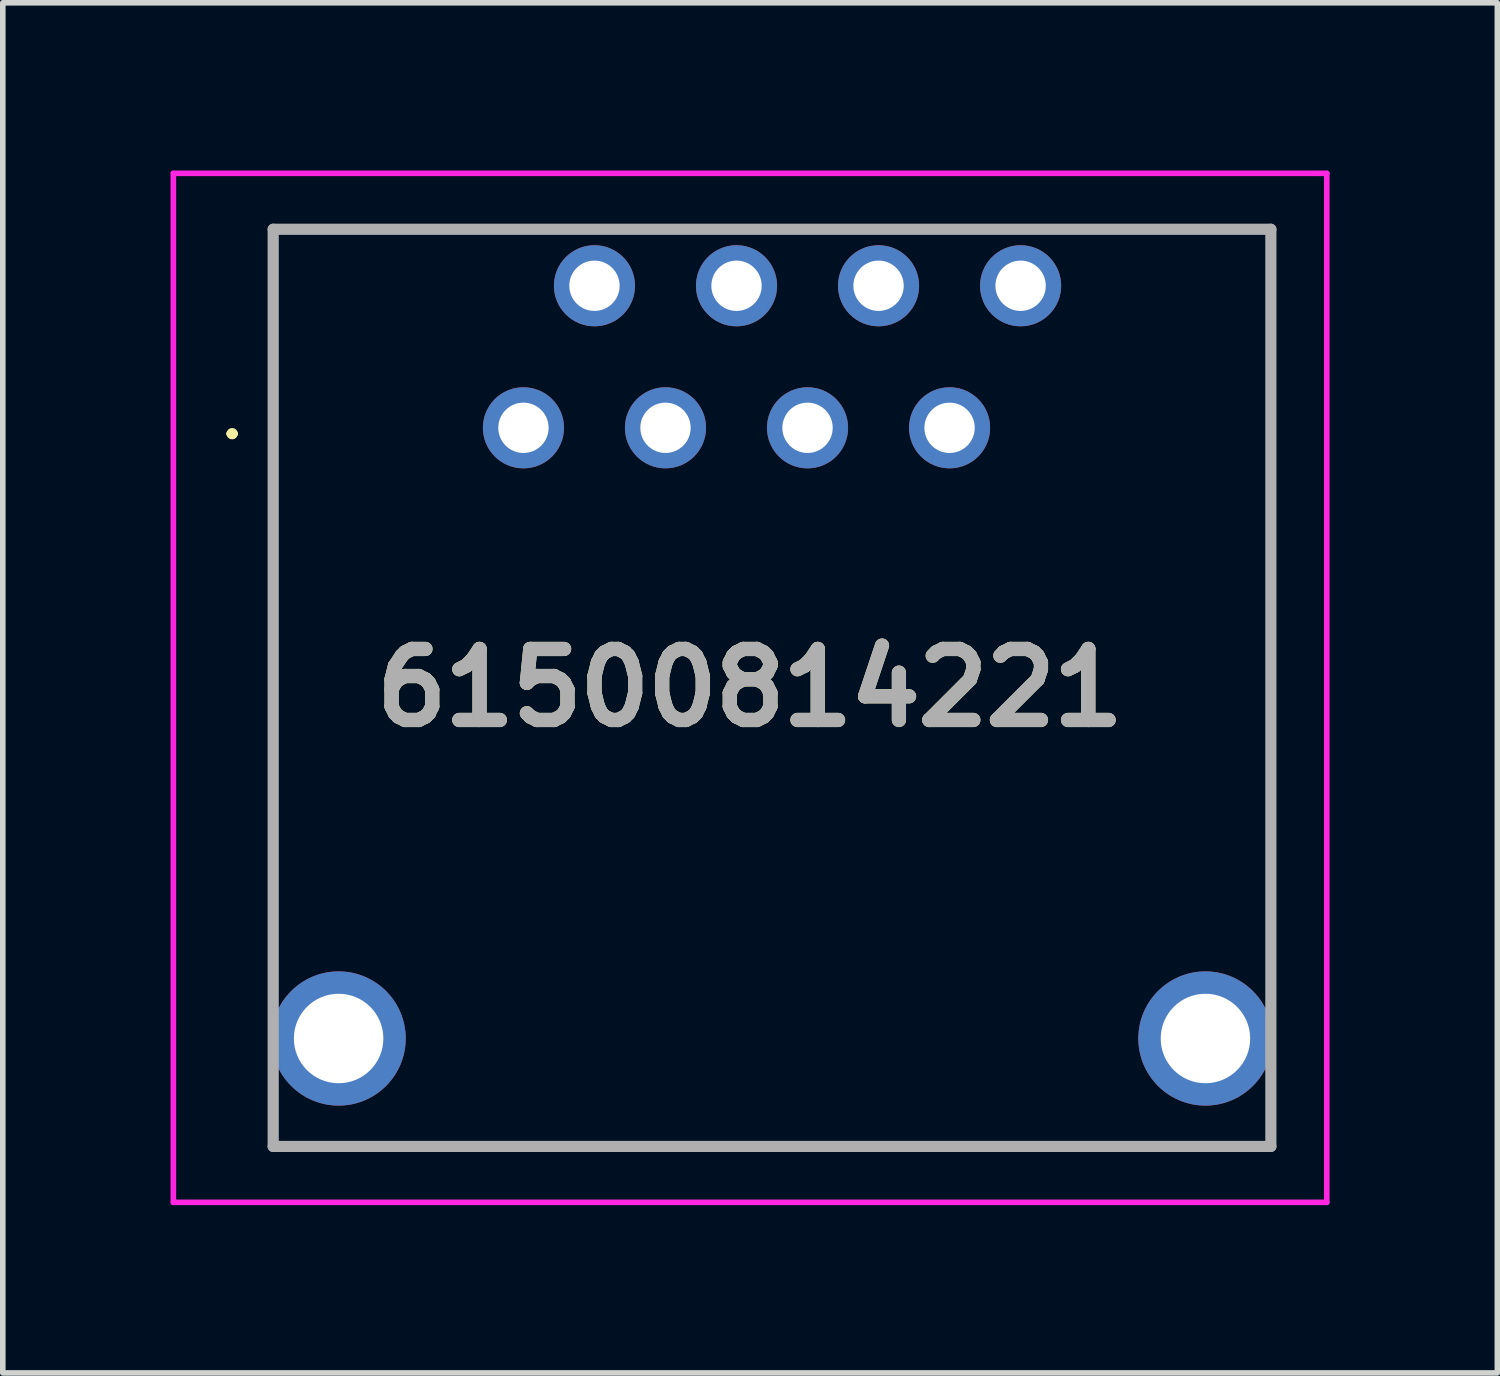
<source format=kicad_pcb>
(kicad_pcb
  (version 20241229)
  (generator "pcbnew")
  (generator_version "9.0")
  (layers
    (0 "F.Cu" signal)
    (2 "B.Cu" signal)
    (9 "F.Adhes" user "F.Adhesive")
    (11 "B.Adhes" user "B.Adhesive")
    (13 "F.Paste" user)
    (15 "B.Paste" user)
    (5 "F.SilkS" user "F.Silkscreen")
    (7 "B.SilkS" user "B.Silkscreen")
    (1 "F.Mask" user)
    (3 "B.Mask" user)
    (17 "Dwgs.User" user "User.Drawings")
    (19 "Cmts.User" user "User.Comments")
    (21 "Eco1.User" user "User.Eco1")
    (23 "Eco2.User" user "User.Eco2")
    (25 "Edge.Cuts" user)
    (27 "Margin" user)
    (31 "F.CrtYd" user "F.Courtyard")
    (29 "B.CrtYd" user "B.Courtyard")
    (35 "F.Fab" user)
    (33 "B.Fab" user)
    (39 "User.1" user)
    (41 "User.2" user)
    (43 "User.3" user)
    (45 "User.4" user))
  (footprint "61500814221"
    (layer "F.Cu")
    (at 6.31 4.6)
    (property "Reference" "61500814221" (at 4.053 4.65 0) (layer "F.SilkS") (effects (font (size 1.27 1.27) (thickness 0.254))))
    (attr through_hole)
    (fp_line (start -5.26 0.105) (end -5.26 0.105) (stroke (width 0.102) (type solid)) (layer "F.SilkS"))
    (fp_line (start -5.158 0.105) (end -5.158 0.105) (stroke (width 0.102) (type solid)) (layer "F.SilkS"))
    (fp_line (start -4.475 -3.55) (end 13.365 -3.55) (stroke (width 0.1) (type solid)) (layer "F.SilkS"))
    (fp_line (start -4.475 10.35) (end -4.475 -3.55) (stroke (width 0.1) (type solid)) (layer "F.SilkS"))
    (fp_line (start -4.475 11.85) (end -4.475 12.85) (stroke (width 0.1) (type solid)) (layer "F.SilkS"))
    (fp_line (start -4.475 12.85) (end 13.365 12.85) (stroke (width 0.1) (type solid)) (layer "F.SilkS"))
    (fp_line (start 13.365 -3.55) (end 13.365 10.35) (stroke (width 0.1) (type solid)) (layer "F.SilkS"))
    (fp_line (start 13.365 12.85) (end 13.365 11.85) (stroke (width 0.1) (type solid)) (layer "F.SilkS"))
    (fp_arc (start -5.26 0.105) (mid -5.209 0.054) (end -5.158 0.105) (stroke (width 0.102) (type solid)) (layer "F.SilkS"))
    (fp_arc (start -5.158 0.105) (mid -5.209 0.156) (end -5.26 0.105) (stroke (width 0.102) (type solid)) (layer "F.SilkS"))
    (fp_line (start -6.26 -4.55) (end 14.365 -4.55) (stroke (width 0.1) (type solid)) (layer "F.CrtYd"))
    (fp_line (start -6.26 13.85) (end -6.26 -4.55) (stroke (width 0.1) (type solid)) (layer "F.CrtYd"))
    (fp_line (start 14.365 -4.55) (end 14.365 13.85) (stroke (width 0.1) (type solid)) (layer "F.CrtYd"))
    (fp_line (start 14.365 13.85) (end -6.26 13.85) (stroke (width 0.1) (type solid)) (layer "F.CrtYd"))
    (fp_line (start -4.475 -3.55) (end 13.365 -3.55) (stroke (width 0.2) (type solid)) (layer "F.Fab"))
    (fp_line (start -4.475 12.85) (end -4.475 -3.55) (stroke (width 0.2) (type solid)) (layer "F.Fab"))
    (fp_line (start 13.365 -3.55) (end 13.365 12.85) (stroke (width 0.2) (type solid)) (layer "F.Fab"))
    (fp_line (start 13.365 12.85) (end -4.475 12.85) (stroke (width 0.2) (type solid)) (layer "F.Fab"))
    (fp_text user "${REFERENCE}" (at 4.053 4.65 0) (layer "F.Fab") (effects (font (size 1.27 1.27) (thickness 0.254))))
    (pad "" np_thru_hole circle (at -1.27 6.35) (size 0.001 0.001) (drill 3.17) (layers "*.Cu" "*.Mask"))
    (pad "" np_thru_hole circle (at 10.16 6.35) (size 0.001 0.001) (drill 3.17) (layers "*.Cu" "*.Mask"))
    (pad "1" thru_hole circle (at 0 0) (size 1.45 1.45) (drill 0.9) (layers "*.Cu" "*.Mask"))
    (pad "2" thru_hole circle (at 1.27 -2.54) (size 1.45 1.45) (drill 0.9) (layers "*.Cu" "*.Mask"))
    (pad "3" thru_hole circle (at 2.54 0) (size 1.45 1.45) (drill 0.9) (layers "*.Cu" "*.Mask"))
    (pad "4" thru_hole circle (at 3.81 -2.54) (size 1.45 1.45) (drill 0.9) (layers "*.Cu" "*.Mask"))
    (pad "5" thru_hole circle (at 5.08 0) (size 1.45 1.45) (drill 0.9) (layers "*.Cu" "*.Mask"))
    (pad "6" thru_hole circle (at 6.35 -2.54) (size 1.45 1.45) (drill 0.9) (layers "*.Cu" "*.Mask"))
    (pad "7" thru_hole circle (at 7.62 0) (size 1.45 1.45) (drill 0.9) (layers "*.Cu" "*.Mask"))
    (pad "8" thru_hole circle (at 8.89 -2.54) (size 1.45 1.45) (drill 0.9) (layers "*.Cu" "*.Mask"))
    (pad "MH1" thru_hole circle (at -3.305 10.92) (size 2.4 2.4) (drill 1.6) (layers "*.Cu" "*.Mask"))
    (pad "MH2" thru_hole circle (at 12.195 10.92) (size 2.4 2.4) (drill 1.6) (layers "*.Cu" "*.Mask")))
  (gr_rect
    (start -3 -3)
    (end 23.725 21.5)
    (stroke (width 0.1) (type default))
    (fill no)
    (layer "Edge.Cuts")))
</source>
